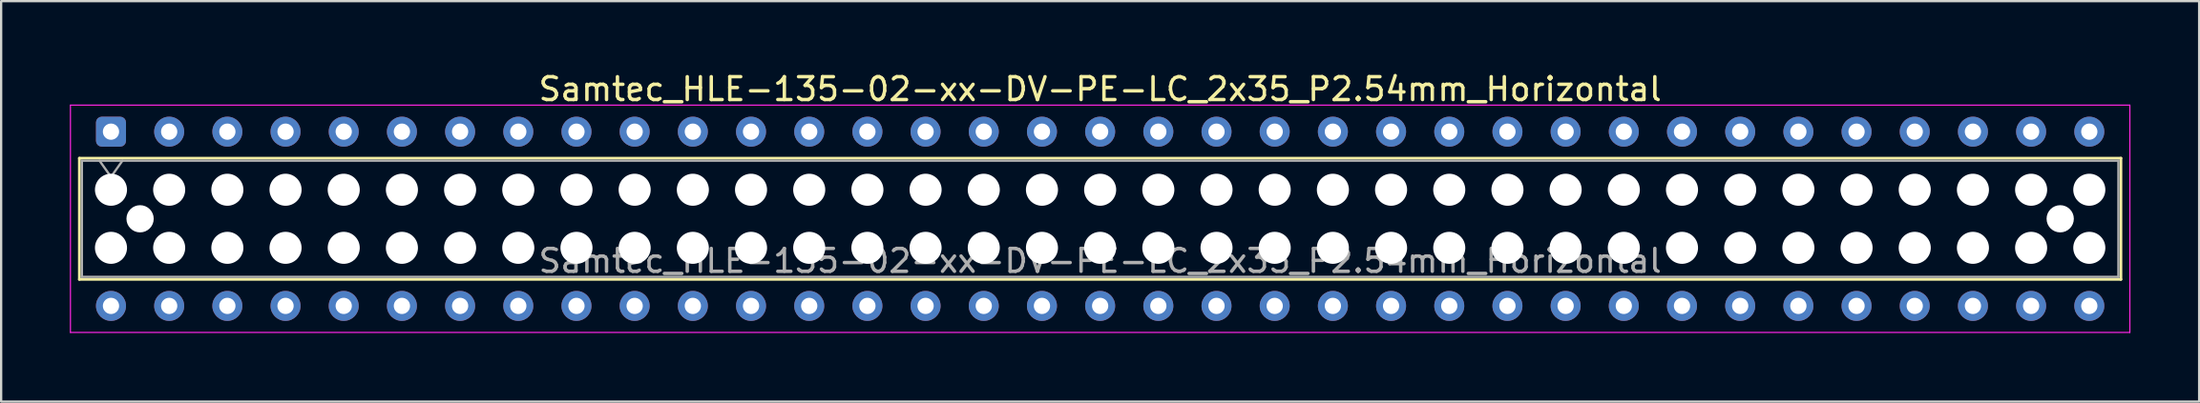
<source format=kicad_pcb>
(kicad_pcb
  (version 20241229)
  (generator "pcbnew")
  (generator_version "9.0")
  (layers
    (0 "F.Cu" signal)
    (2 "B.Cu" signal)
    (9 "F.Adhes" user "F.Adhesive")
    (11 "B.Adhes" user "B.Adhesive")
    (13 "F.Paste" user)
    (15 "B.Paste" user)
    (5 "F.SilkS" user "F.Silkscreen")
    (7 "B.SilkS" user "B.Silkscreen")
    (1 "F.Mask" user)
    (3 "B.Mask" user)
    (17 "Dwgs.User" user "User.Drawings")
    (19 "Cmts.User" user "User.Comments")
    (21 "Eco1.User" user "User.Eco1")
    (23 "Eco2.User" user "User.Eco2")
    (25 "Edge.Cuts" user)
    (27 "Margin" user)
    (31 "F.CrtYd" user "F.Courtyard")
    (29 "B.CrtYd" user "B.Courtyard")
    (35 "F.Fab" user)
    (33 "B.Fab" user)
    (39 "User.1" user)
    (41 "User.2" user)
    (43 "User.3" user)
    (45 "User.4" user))
  (footprint "Samtec_HLE-135-02-xx-DV-PE-LC_2x35_P2.54mm_Horizontal"
    (layer "F.Cu")
    (at 1.795 2.708)
    (property "Reference" "Samtec_HLE-135-02-xx-DV-PE-LC_2x35_P2.54mm_Horizontal" (at 43.18 -1.86 0) (layer "F.SilkS") (effects (font (size 1 1) (thickness 0.15))))
    (attr through_hole)
    (fp_line (start -1.38 1.16) (end 87.74 1.16) (stroke (width 0.12) (type solid)) (layer "F.SilkS"))
    (fp_line (start -1.38 6.46) (end -1.38 1.16) (stroke (width 0.12) (type solid)) (layer "F.SilkS"))
    (fp_line (start 87.74 1.16) (end 87.74 6.46) (stroke (width 0.12) (type solid)) (layer "F.SilkS"))
    (fp_line (start 87.74 6.46) (end -1.38 6.46) (stroke (width 0.12) (type solid)) (layer "F.SilkS"))
    (fp_line (start -1.77 -1.16) (end 88.13 -1.16) (stroke (width 0.05) (type solid)) (layer "F.CrtYd"))
    (fp_line (start -1.77 8.78) (end -1.77 -1.16) (stroke (width 0.05) (type solid)) (layer "F.CrtYd"))
    (fp_line (start 88.13 -1.16) (end 88.13 8.78) (stroke (width 0.05) (type solid)) (layer "F.CrtYd"))
    (fp_line (start 88.13 8.78) (end -1.77 8.78) (stroke (width 0.05) (type solid)) (layer "F.CrtYd"))
    (fp_line (start -1.27 1.27) (end 87.63 1.27) (stroke (width 0.1) (type solid)) (layer "F.Fab"))
    (fp_line (start -1.27 6.35) (end -1.27 1.27) (stroke (width 0.1) (type solid)) (layer "F.Fab"))
    (fp_line (start -0.5 1.27) (end 0 1.977) (stroke (width 0.1) (type solid)) (layer "F.Fab"))
    (fp_line (start 0 1.977) (end 0.5 1.27) (stroke (width 0.1) (type solid)) (layer "F.Fab"))
    (fp_line (start 87.63 1.27) (end 87.63 6.35) (stroke (width 0.1) (type solid)) (layer "F.Fab"))
    (fp_line (start 87.63 6.35) (end -1.27 6.35) (stroke (width 0.1) (type solid)) (layer "F.Fab"))
    (fp_text user "${REFERENCE}" (at 43.18 5.65 0) (layer "F.Fab") (effects (font (size 1 1) (thickness 0.15))))
    (pad "" np_thru_hole circle (at 0 2.54) (size 1.4 1.4) (drill 1.4) (layers "*.Cu" "*.Mask"))
    (pad "" np_thru_hole circle (at 0 5.08) (size 1.4 1.4) (drill 1.4) (layers "*.Cu" "*.Mask"))
    (pad "" np_thru_hole circle (at 1.27 3.81) (size 1.19 1.19) (drill 1.19) (layers "*.Cu" "*.Mask"))
    (pad "" np_thru_hole circle (at 2.54 2.54) (size 1.4 1.4) (drill 1.4) (layers "*.Cu" "*.Mask"))
    (pad "" np_thru_hole circle (at 2.54 5.08) (size 1.4 1.4) (drill 1.4) (layers "*.Cu" "*.Mask"))
    (pad "" np_thru_hole circle (at 5.08 2.54) (size 1.4 1.4) (drill 1.4) (layers "*.Cu" "*.Mask"))
    (pad "" np_thru_hole circle (at 5.08 5.08) (size 1.4 1.4) (drill 1.4) (layers "*.Cu" "*.Mask"))
    (pad "" np_thru_hole circle (at 7.62 2.54) (size 1.4 1.4) (drill 1.4) (layers "*.Cu" "*.Mask"))
    (pad "" np_thru_hole circle (at 7.62 5.08) (size 1.4 1.4) (drill 1.4) (layers "*.Cu" "*.Mask"))
    (pad "" np_thru_hole circle (at 10.16 2.54) (size 1.4 1.4) (drill 1.4) (layers "*.Cu" "*.Mask"))
    (pad "" np_thru_hole circle (at 10.16 5.08) (size 1.4 1.4) (drill 1.4) (layers "*.Cu" "*.Mask"))
    (pad "" np_thru_hole circle (at 12.7 2.54) (size 1.4 1.4) (drill 1.4) (layers "*.Cu" "*.Mask"))
    (pad "" np_thru_hole circle (at 12.7 5.08) (size 1.4 1.4) (drill 1.4) (layers "*.Cu" "*.Mask"))
    (pad "" np_thru_hole circle (at 15.24 2.54) (size 1.4 1.4) (drill 1.4) (layers "*.Cu" "*.Mask"))
    (pad "" np_thru_hole circle (at 15.24 5.08) (size 1.4 1.4) (drill 1.4) (layers "*.Cu" "*.Mask"))
    (pad "" np_thru_hole circle (at 17.78 2.54) (size 1.4 1.4) (drill 1.4) (layers "*.Cu" "*.Mask"))
    (pad "" np_thru_hole circle (at 17.78 5.08) (size 1.4 1.4) (drill 1.4) (layers "*.Cu" "*.Mask"))
    (pad "" np_thru_hole circle (at 20.32 2.54) (size 1.4 1.4) (drill 1.4) (layers "*.Cu" "*.Mask"))
    (pad "" np_thru_hole circle (at 20.32 5.08) (size 1.4 1.4) (drill 1.4) (layers "*.Cu" "*.Mask"))
    (pad "" np_thru_hole circle (at 22.86 2.54) (size 1.4 1.4) (drill 1.4) (layers "*.Cu" "*.Mask"))
    (pad "" np_thru_hole circle (at 22.86 5.08) (size 1.4 1.4) (drill 1.4) (layers "*.Cu" "*.Mask"))
    (pad "" np_thru_hole circle (at 25.4 2.54) (size 1.4 1.4) (drill 1.4) (layers "*.Cu" "*.Mask"))
    (pad "" np_thru_hole circle (at 25.4 5.08) (size 1.4 1.4) (drill 1.4) (layers "*.Cu" "*.Mask"))
    (pad "" np_thru_hole circle (at 27.94 2.54) (size 1.4 1.4) (drill 1.4) (layers "*.Cu" "*.Mask"))
    (pad "" np_thru_hole circle (at 27.94 5.08) (size 1.4 1.4) (drill 1.4) (layers "*.Cu" "*.Mask"))
    (pad "" np_thru_hole circle (at 30.48 2.54) (size 1.4 1.4) (drill 1.4) (layers "*.Cu" "*.Mask"))
    (pad "" np_thru_hole circle (at 30.48 5.08) (size 1.4 1.4) (drill 1.4) (layers "*.Cu" "*.Mask"))
    (pad "" np_thru_hole circle (at 33.02 2.54) (size 1.4 1.4) (drill 1.4) (layers "*.Cu" "*.Mask"))
    (pad "" np_thru_hole circle (at 33.02 5.08) (size 1.4 1.4) (drill 1.4) (layers "*.Cu" "*.Mask"))
    (pad "" np_thru_hole circle (at 35.56 2.54) (size 1.4 1.4) (drill 1.4) (layers "*.Cu" "*.Mask"))
    (pad "" np_thru_hole circle (at 35.56 5.08) (size 1.4 1.4) (drill 1.4) (layers "*.Cu" "*.Mask"))
    (pad "" np_thru_hole circle (at 38.1 2.54) (size 1.4 1.4) (drill 1.4) (layers "*.Cu" "*.Mask"))
    (pad "" np_thru_hole circle (at 38.1 5.08) (size 1.4 1.4) (drill 1.4) (layers "*.Cu" "*.Mask"))
    (pad "" np_thru_hole circle (at 40.64 2.54) (size 1.4 1.4) (drill 1.4) (layers "*.Cu" "*.Mask"))
    (pad "" np_thru_hole circle (at 40.64 5.08) (size 1.4 1.4) (drill 1.4) (layers "*.Cu" "*.Mask"))
    (pad "" np_thru_hole circle (at 43.18 2.54) (size 1.4 1.4) (drill 1.4) (layers "*.Cu" "*.Mask"))
    (pad "" np_thru_hole circle (at 43.18 5.08) (size 1.4 1.4) (drill 1.4) (layers "*.Cu" "*.Mask"))
    (pad "" np_thru_hole circle (at 45.72 2.54) (size 1.4 1.4) (drill 1.4) (layers "*.Cu" "*.Mask"))
    (pad "" np_thru_hole circle (at 45.72 5.08) (size 1.4 1.4) (drill 1.4) (layers "*.Cu" "*.Mask"))
    (pad "" np_thru_hole circle (at 48.26 2.54) (size 1.4 1.4) (drill 1.4) (layers "*.Cu" "*.Mask"))
    (pad "" np_thru_hole circle (at 48.26 5.08) (size 1.4 1.4) (drill 1.4) (layers "*.Cu" "*.Mask"))
    (pad "" np_thru_hole circle (at 50.8 2.54) (size 1.4 1.4) (drill 1.4) (layers "*.Cu" "*.Mask"))
    (pad "" np_thru_hole circle (at 50.8 5.08) (size 1.4 1.4) (drill 1.4) (layers "*.Cu" "*.Mask"))
    (pad "" np_thru_hole circle (at 53.34 2.54) (size 1.4 1.4) (drill 1.4) (layers "*.Cu" "*.Mask"))
    (pad "" np_thru_hole circle (at 53.34 5.08) (size 1.4 1.4) (drill 1.4) (layers "*.Cu" "*.Mask"))
    (pad "" np_thru_hole circle (at 55.88 2.54) (size 1.4 1.4) (drill 1.4) (layers "*.Cu" "*.Mask"))
    (pad "" np_thru_hole circle (at 55.88 5.08) (size 1.4 1.4) (drill 1.4) (layers "*.Cu" "*.Mask"))
    (pad "" np_thru_hole circle (at 58.42 2.54) (size 1.4 1.4) (drill 1.4) (layers "*.Cu" "*.Mask"))
    (pad "" np_thru_hole circle (at 58.42 5.08) (size 1.4 1.4) (drill 1.4) (layers "*.Cu" "*.Mask"))
    (pad "" np_thru_hole circle (at 60.96 2.54) (size 1.4 1.4) (drill 1.4) (layers "*.Cu" "*.Mask"))
    (pad "" np_thru_hole circle (at 60.96 5.08) (size 1.4 1.4) (drill 1.4) (layers "*.Cu" "*.Mask"))
    (pad "" np_thru_hole circle (at 63.5 2.54) (size 1.4 1.4) (drill 1.4) (layers "*.Cu" "*.Mask"))
    (pad "" np_thru_hole circle (at 63.5 5.08) (size 1.4 1.4) (drill 1.4) (layers "*.Cu" "*.Mask"))
    (pad "" np_thru_hole circle (at 66.04 2.54) (size 1.4 1.4) (drill 1.4) (layers "*.Cu" "*.Mask"))
    (pad "" np_thru_hole circle (at 66.04 5.08) (size 1.4 1.4) (drill 1.4) (layers "*.Cu" "*.Mask"))
    (pad "" np_thru_hole circle (at 68.58 2.54) (size 1.4 1.4) (drill 1.4) (layers "*.Cu" "*.Mask"))
    (pad "" np_thru_hole circle (at 68.58 5.08) (size 1.4 1.4) (drill 1.4) (layers "*.Cu" "*.Mask"))
    (pad "" np_thru_hole circle (at 71.12 2.54) (size 1.4 1.4) (drill 1.4) (layers "*.Cu" "*.Mask"))
    (pad "" np_thru_hole circle (at 71.12 5.08) (size 1.4 1.4) (drill 1.4) (layers "*.Cu" "*.Mask"))
    (pad "" np_thru_hole circle (at 73.66 2.54) (size 1.4 1.4) (drill 1.4) (layers "*.Cu" "*.Mask"))
    (pad "" np_thru_hole circle (at 73.66 5.08) (size 1.4 1.4) (drill 1.4) (layers "*.Cu" "*.Mask"))
    (pad "" np_thru_hole circle (at 76.2 2.54) (size 1.4 1.4) (drill 1.4) (layers "*.Cu" "*.Mask"))
    (pad "" np_thru_hole circle (at 76.2 5.08) (size 1.4 1.4) (drill 1.4) (layers "*.Cu" "*.Mask"))
    (pad "" np_thru_hole circle (at 78.74 2.54) (size 1.4 1.4) (drill 1.4) (layers "*.Cu" "*.Mask"))
    (pad "" np_thru_hole circle (at 78.74 5.08) (size 1.4 1.4) (drill 1.4) (layers "*.Cu" "*.Mask"))
    (pad "" np_thru_hole circle (at 81.28 2.54) (size 1.4 1.4) (drill 1.4) (layers "*.Cu" "*.Mask"))
    (pad "" np_thru_hole circle (at 81.28 5.08) (size 1.4 1.4) (drill 1.4) (layers "*.Cu" "*.Mask"))
    (pad "" np_thru_hole circle (at 83.82 2.54) (size 1.4 1.4) (drill 1.4) (layers "*.Cu" "*.Mask"))
    (pad "" np_thru_hole circle (at 83.82 5.08) (size 1.4 1.4) (drill 1.4) (layers "*.Cu" "*.Mask"))
    (pad "" np_thru_hole circle (at 85.09 3.81) (size 1.19 1.19) (drill 1.19) (layers "*.Cu" "*.Mask"))
    (pad "" np_thru_hole circle (at 86.36 2.54) (size 1.4 1.4) (drill 1.4) (layers "*.Cu" "*.Mask"))
    (pad "" np_thru_hole circle (at 86.36 5.08) (size 1.4 1.4) (drill 1.4) (layers "*.Cu" "*.Mask"))
    (pad "1" thru_hole roundrect (at 0 0) (size 1.31 1.31) (drill 0.71) (layers "*.Cu" "*.Mask") (roundrect_rratio 0.191))
    (pad "2" thru_hole circle (at 0 7.62) (size 1.31 1.31) (drill 0.71) (layers "*.Cu" "*.Mask"))
    (pad "3" thru_hole circle (at 2.54 0) (size 1.31 1.31) (drill 0.71) (layers "*.Cu" "*.Mask"))
    (pad "4" thru_hole circle (at 2.54 7.62) (size 1.31 1.31) (drill 0.71) (layers "*.Cu" "*.Mask"))
    (pad "5" thru_hole circle (at 5.08 0) (size 1.31 1.31) (drill 0.71) (layers "*.Cu" "*.Mask"))
    (pad "6" thru_hole circle (at 5.08 7.62) (size 1.31 1.31) (drill 0.71) (layers "*.Cu" "*.Mask"))
    (pad "7" thru_hole circle (at 7.62 0) (size 1.31 1.31) (drill 0.71) (layers "*.Cu" "*.Mask"))
    (pad "8" thru_hole circle (at 7.62 7.62) (size 1.31 1.31) (drill 0.71) (layers "*.Cu" "*.Mask"))
    (pad "9" thru_hole circle (at 10.16 0) (size 1.31 1.31) (drill 0.71) (layers "*.Cu" "*.Mask"))
    (pad "10" thru_hole circle (at 10.16 7.62) (size 1.31 1.31) (drill 0.71) (layers "*.Cu" "*.Mask"))
    (pad "11" thru_hole circle (at 12.7 0) (size 1.31 1.31) (drill 0.71) (layers "*.Cu" "*.Mask"))
    (pad "12" thru_hole circle (at 12.7 7.62) (size 1.31 1.31) (drill 0.71) (layers "*.Cu" "*.Mask"))
    (pad "13" thru_hole circle (at 15.24 0) (size 1.31 1.31) (drill 0.71) (layers "*.Cu" "*.Mask"))
    (pad "14" thru_hole circle (at 15.24 7.62) (size 1.31 1.31) (drill 0.71) (layers "*.Cu" "*.Mask"))
    (pad "15" thru_hole circle (at 17.78 0) (size 1.31 1.31) (drill 0.71) (layers "*.Cu" "*.Mask"))
    (pad "16" thru_hole circle (at 17.78 7.62) (size 1.31 1.31) (drill 0.71) (layers "*.Cu" "*.Mask"))
    (pad "17" thru_hole circle (at 20.32 0) (size 1.31 1.31) (drill 0.71) (layers "*.Cu" "*.Mask"))
    (pad "18" thru_hole circle (at 20.32 7.62) (size 1.31 1.31) (drill 0.71) (layers "*.Cu" "*.Mask"))
    (pad "19" thru_hole circle (at 22.86 0) (size 1.31 1.31) (drill 0.71) (layers "*.Cu" "*.Mask"))
    (pad "20" thru_hole circle (at 22.86 7.62) (size 1.31 1.31) (drill 0.71) (layers "*.Cu" "*.Mask"))
    (pad "21" thru_hole circle (at 25.4 0) (size 1.31 1.31) (drill 0.71) (layers "*.Cu" "*.Mask"))
    (pad "22" thru_hole circle (at 25.4 7.62) (size 1.31 1.31) (drill 0.71) (layers "*.Cu" "*.Mask"))
    (pad "23" thru_hole circle (at 27.94 0) (size 1.31 1.31) (drill 0.71) (layers "*.Cu" "*.Mask"))
    (pad "24" thru_hole circle (at 27.94 7.62) (size 1.31 1.31) (drill 0.71) (layers "*.Cu" "*.Mask"))
    (pad "25" thru_hole circle (at 30.48 0) (size 1.31 1.31) (drill 0.71) (layers "*.Cu" "*.Mask"))
    (pad "26" thru_hole circle (at 30.48 7.62) (size 1.31 1.31) (drill 0.71) (layers "*.Cu" "*.Mask"))
    (pad "27" thru_hole circle (at 33.02 0) (size 1.31 1.31) (drill 0.71) (layers "*.Cu" "*.Mask"))
    (pad "28" thru_hole circle (at 33.02 7.62) (size 1.31 1.31) (drill 0.71) (layers "*.Cu" "*.Mask"))
    (pad "29" thru_hole circle (at 35.56 0) (size 1.31 1.31) (drill 0.71) (layers "*.Cu" "*.Mask"))
    (pad "30" thru_hole circle (at 35.56 7.62) (size 1.31 1.31) (drill 0.71) (layers "*.Cu" "*.Mask"))
    (pad "31" thru_hole circle (at 38.1 0) (size 1.31 1.31) (drill 0.71) (layers "*.Cu" "*.Mask"))
    (pad "32" thru_hole circle (at 38.1 7.62) (size 1.31 1.31) (drill 0.71) (layers "*.Cu" "*.Mask"))
    (pad "33" thru_hole circle (at 40.64 0) (size 1.31 1.31) (drill 0.71) (layers "*.Cu" "*.Mask"))
    (pad "34" thru_hole circle (at 40.64 7.62) (size 1.31 1.31) (drill 0.71) (layers "*.Cu" "*.Mask"))
    (pad "35" thru_hole circle (at 43.18 0) (size 1.31 1.31) (drill 0.71) (layers "*.Cu" "*.Mask"))
    (pad "36" thru_hole circle (at 43.18 7.62) (size 1.31 1.31) (drill 0.71) (layers "*.Cu" "*.Mask"))
    (pad "37" thru_hole circle (at 45.72 0) (size 1.31 1.31) (drill 0.71) (layers "*.Cu" "*.Mask"))
    (pad "38" thru_hole circle (at 45.72 7.62) (size 1.31 1.31) (drill 0.71) (layers "*.Cu" "*.Mask"))
    (pad "39" thru_hole circle (at 48.26 0) (size 1.31 1.31) (drill 0.71) (layers "*.Cu" "*.Mask"))
    (pad "40" thru_hole circle (at 48.26 7.62) (size 1.31 1.31) (drill 0.71) (layers "*.Cu" "*.Mask"))
    (pad "41" thru_hole circle (at 50.8 0) (size 1.31 1.31) (drill 0.71) (layers "*.Cu" "*.Mask"))
    (pad "42" thru_hole circle (at 50.8 7.62) (size 1.31 1.31) (drill 0.71) (layers "*.Cu" "*.Mask"))
    (pad "43" thru_hole circle (at 53.34 0) (size 1.31 1.31) (drill 0.71) (layers "*.Cu" "*.Mask"))
    (pad "44" thru_hole circle (at 53.34 7.62) (size 1.31 1.31) (drill 0.71) (layers "*.Cu" "*.Mask"))
    (pad "45" thru_hole circle (at 55.88 0) (size 1.31 1.31) (drill 0.71) (layers "*.Cu" "*.Mask"))
    (pad "46" thru_hole circle (at 55.88 7.62) (size 1.31 1.31) (drill 0.71) (layers "*.Cu" "*.Mask"))
    (pad "47" thru_hole circle (at 58.42 0) (size 1.31 1.31) (drill 0.71) (layers "*.Cu" "*.Mask"))
    (pad "48" thru_hole circle (at 58.42 7.62) (size 1.31 1.31) (drill 0.71) (layers "*.Cu" "*.Mask"))
    (pad "49" thru_hole circle (at 60.96 0) (size 1.31 1.31) (drill 0.71) (layers "*.Cu" "*.Mask"))
    (pad "50" thru_hole circle (at 60.96 7.62) (size 1.31 1.31) (drill 0.71) (layers "*.Cu" "*.Mask"))
    (pad "51" thru_hole circle (at 63.5 0) (size 1.31 1.31) (drill 0.71) (layers "*.Cu" "*.Mask"))
    (pad "52" thru_hole circle (at 63.5 7.62) (size 1.31 1.31) (drill 0.71) (layers "*.Cu" "*.Mask"))
    (pad "53" thru_hole circle (at 66.04 0) (size 1.31 1.31) (drill 0.71) (layers "*.Cu" "*.Mask"))
    (pad "54" thru_hole circle (at 66.04 7.62) (size 1.31 1.31) (drill 0.71) (layers "*.Cu" "*.Mask"))
    (pad "55" thru_hole circle (at 68.58 0) (size 1.31 1.31) (drill 0.71) (layers "*.Cu" "*.Mask"))
    (pad "56" thru_hole circle (at 68.58 7.62) (size 1.31 1.31) (drill 0.71) (layers "*.Cu" "*.Mask"))
    (pad "57" thru_hole circle (at 71.12 0) (size 1.31 1.31) (drill 0.71) (layers "*.Cu" "*.Mask"))
    (pad "58" thru_hole circle (at 71.12 7.62) (size 1.31 1.31) (drill 0.71) (layers "*.Cu" "*.Mask"))
    (pad "59" thru_hole circle (at 73.66 0) (size 1.31 1.31) (drill 0.71) (layers "*.Cu" "*.Mask"))
    (pad "60" thru_hole circle (at 73.66 7.62) (size 1.31 1.31) (drill 0.71) (layers "*.Cu" "*.Mask"))
    (pad "61" thru_hole circle (at 76.2 0) (size 1.31 1.31) (drill 0.71) (layers "*.Cu" "*.Mask"))
    (pad "62" thru_hole circle (at 76.2 7.62) (size 1.31 1.31) (drill 0.71) (layers "*.Cu" "*.Mask"))
    (pad "63" thru_hole circle (at 78.74 0) (size 1.31 1.31) (drill 0.71) (layers "*.Cu" "*.Mask"))
    (pad "64" thru_hole circle (at 78.74 7.62) (size 1.31 1.31) (drill 0.71) (layers "*.Cu" "*.Mask"))
    (pad "65" thru_hole circle (at 81.28 0) (size 1.31 1.31) (drill 0.71) (layers "*.Cu" "*.Mask"))
    (pad "66" thru_hole circle (at 81.28 7.62) (size 1.31 1.31) (drill 0.71) (layers "*.Cu" "*.Mask"))
    (pad "67" thru_hole circle (at 83.82 0) (size 1.31 1.31) (drill 0.71) (layers "*.Cu" "*.Mask"))
    (pad "68" thru_hole circle (at 83.82 7.62) (size 1.31 1.31) (drill 0.71) (layers "*.Cu" "*.Mask"))
    (pad "69" thru_hole circle (at 86.36 0) (size 1.31 1.31) (drill 0.71) (layers "*.Cu" "*.Mask"))
    (pad "70" thru_hole circle (at 86.36 7.62) (size 1.31 1.31) (drill 0.71) (layers "*.Cu" "*.Mask")))
  (gr_rect
    (start -3 -3)
    (end 92.95 14.513)
    (stroke (width 0.1) (type default))
    (fill no)
    (layer "Edge.Cuts")))
</source>
